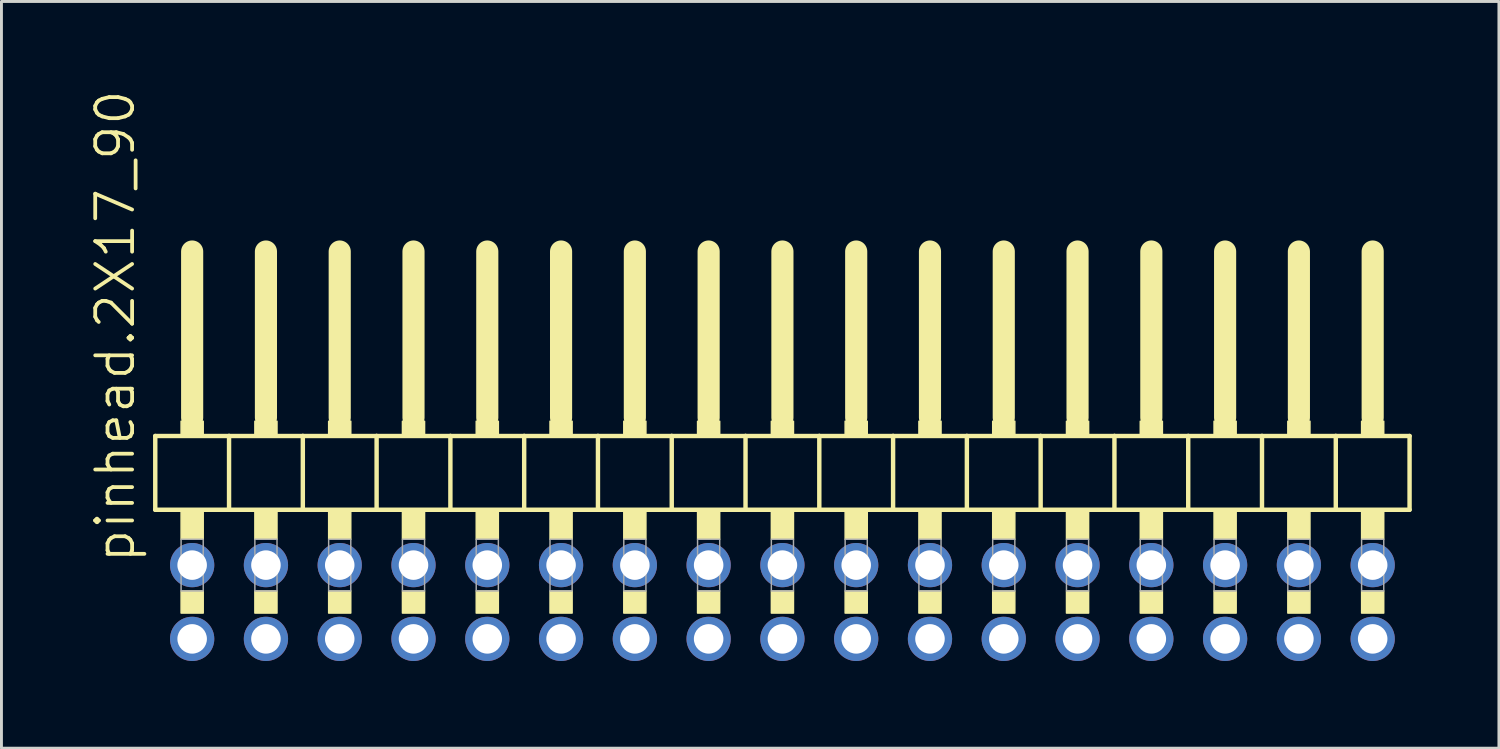
<source format=kicad_pcb>
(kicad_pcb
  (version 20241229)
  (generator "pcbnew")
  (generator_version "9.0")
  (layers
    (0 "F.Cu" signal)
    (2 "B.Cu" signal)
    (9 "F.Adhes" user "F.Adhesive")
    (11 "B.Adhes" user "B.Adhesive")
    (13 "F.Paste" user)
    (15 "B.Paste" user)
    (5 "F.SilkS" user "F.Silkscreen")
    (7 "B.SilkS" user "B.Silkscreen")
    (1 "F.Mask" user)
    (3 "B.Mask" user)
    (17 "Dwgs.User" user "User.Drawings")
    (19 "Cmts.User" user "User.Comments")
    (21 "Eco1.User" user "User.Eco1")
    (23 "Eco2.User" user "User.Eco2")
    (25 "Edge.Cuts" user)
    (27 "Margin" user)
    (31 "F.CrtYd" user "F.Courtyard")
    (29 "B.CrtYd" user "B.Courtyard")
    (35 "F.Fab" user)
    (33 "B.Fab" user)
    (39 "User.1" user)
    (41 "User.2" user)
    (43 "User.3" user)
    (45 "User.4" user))
  (footprint "pinhead.2X17_90"
    (layer "F.Cu")
    (at 23.885 12.594)
    (property "Reference" "pinhead.2X17_90" (at -22.225 3.81 90) (layer "F.SilkS") (effects (font (size 1.27 1.27) (thickness 0.13)) (justify left bottom)))
    (attr through_hole)
    (fp_line (start -21.59 -0.635) (end -21.59 1.905) (stroke (width 0.152) (type default)) (layer "F.SilkS"))
    (fp_line (start -21.59 1.905) (end -19.05 1.905) (stroke (width 0.152) (type default)) (layer "F.SilkS"))
    (fp_line (start -20.32 -6.985) (end -20.32 -1.27) (stroke (width 0.762) (type default)) (layer "F.SilkS"))
    (fp_line (start -19.05 -0.635) (end -21.59 -0.635) (stroke (width 0.152) (type default)) (layer "F.SilkS"))
    (fp_line (start -19.05 1.905) (end -19.05 -0.635) (stroke (width 0.152) (type default)) (layer "F.SilkS"))
    (fp_line (start -19.05 1.905) (end -16.51 1.905) (stroke (width 0.152) (type default)) (layer "F.SilkS"))
    (fp_line (start -17.78 -6.985) (end -17.78 -1.27) (stroke (width 0.762) (type default)) (layer "F.SilkS"))
    (fp_line (start -16.51 -0.635) (end -19.05 -0.635) (stroke (width 0.152) (type default)) (layer "F.SilkS"))
    (fp_line (start -16.51 1.905) (end -16.51 -0.635) (stroke (width 0.152) (type default)) (layer "F.SilkS"))
    (fp_line (start -16.51 1.905) (end -13.97 1.905) (stroke (width 0.152) (type default)) (layer "F.SilkS"))
    (fp_line (start -15.24 -6.985) (end -15.24 -1.27) (stroke (width 0.762) (type default)) (layer "F.SilkS"))
    (fp_line (start -13.97 -0.635) (end -16.51 -0.635) (stroke (width 0.152) (type default)) (layer "F.SilkS"))
    (fp_line (start -13.97 1.905) (end -13.97 -0.635) (stroke (width 0.152) (type default)) (layer "F.SilkS"))
    (fp_line (start -13.97 1.905) (end -11.43 1.905) (stroke (width 0.152) (type default)) (layer "F.SilkS"))
    (fp_line (start -12.7 -6.985) (end -12.7 -1.27) (stroke (width 0.762) (type default)) (layer "F.SilkS"))
    (fp_line (start -11.43 -0.635) (end -13.97 -0.635) (stroke (width 0.152) (type default)) (layer "F.SilkS"))
    (fp_line (start -11.43 1.905) (end -11.43 -0.635) (stroke (width 0.152) (type default)) (layer "F.SilkS"))
    (fp_line (start -11.43 1.905) (end -8.89 1.905) (stroke (width 0.152) (type default)) (layer "F.SilkS"))
    (fp_line (start -10.16 -6.985) (end -10.16 -1.27) (stroke (width 0.762) (type default)) (layer "F.SilkS"))
    (fp_line (start -8.89 -0.635) (end -11.43 -0.635) (stroke (width 0.152) (type default)) (layer "F.SilkS"))
    (fp_line (start -8.89 1.905) (end -8.89 -0.635) (stroke (width 0.152) (type default)) (layer "F.SilkS"))
    (fp_line (start -8.89 1.905) (end -6.35 1.905) (stroke (width 0.152) (type default)) (layer "F.SilkS"))
    (fp_line (start -7.62 -6.985) (end -7.62 -1.27) (stroke (width 0.762) (type default)) (layer "F.SilkS"))
    (fp_line (start -6.35 -0.635) (end -8.89 -0.635) (stroke (width 0.152) (type default)) (layer "F.SilkS"))
    (fp_line (start -6.35 1.905) (end -6.35 -0.635) (stroke (width 0.152) (type default)) (layer "F.SilkS"))
    (fp_line (start -6.35 1.905) (end -3.81 1.905) (stroke (width 0.152) (type default)) (layer "F.SilkS"))
    (fp_line (start -5.08 -6.985) (end -5.08 -1.27) (stroke (width 0.762) (type default)) (layer "F.SilkS"))
    (fp_line (start -3.81 -0.635) (end -6.35 -0.635) (stroke (width 0.152) (type default)) (layer "F.SilkS"))
    (fp_line (start -3.81 1.905) (end -3.81 -0.635) (stroke (width 0.152) (type default)) (layer "F.SilkS"))
    (fp_line (start -3.81 1.905) (end -1.27 1.905) (stroke (width 0.152) (type default)) (layer "F.SilkS"))
    (fp_line (start -2.54 -6.985) (end -2.54 -1.27) (stroke (width 0.762) (type default)) (layer "F.SilkS"))
    (fp_line (start -1.27 -0.635) (end -3.81 -0.635) (stroke (width 0.152) (type default)) (layer "F.SilkS"))
    (fp_line (start -1.27 1.905) (end -1.27 -0.635) (stroke (width 0.152) (type default)) (layer "F.SilkS"))
    (fp_line (start -1.27 1.905) (end 1.27 1.905) (stroke (width 0.152) (type default)) (layer "F.SilkS"))
    (fp_line (start 0 -6.985) (end 0 -1.27) (stroke (width 0.762) (type default)) (layer "F.SilkS"))
    (fp_line (start 1.27 -0.635) (end -1.27 -0.635) (stroke (width 0.152) (type default)) (layer "F.SilkS"))
    (fp_line (start 1.27 1.905) (end 1.27 -0.635) (stroke (width 0.152) (type default)) (layer "F.SilkS"))
    (fp_line (start 1.27 1.905) (end 3.81 1.905) (stroke (width 0.152) (type default)) (layer "F.SilkS"))
    (fp_line (start 2.54 -6.985) (end 2.54 -1.27) (stroke (width 0.762) (type default)) (layer "F.SilkS"))
    (fp_line (start 3.81 -0.635) (end 1.27 -0.635) (stroke (width 0.152) (type default)) (layer "F.SilkS"))
    (fp_line (start 3.81 1.905) (end 3.81 -0.635) (stroke (width 0.152) (type default)) (layer "F.SilkS"))
    (fp_line (start 3.81 1.905) (end 6.35 1.905) (stroke (width 0.152) (type default)) (layer "F.SilkS"))
    (fp_line (start 5.08 -6.985) (end 5.08 -1.27) (stroke (width 0.762) (type default)) (layer "F.SilkS"))
    (fp_line (start 6.35 -0.635) (end 3.81 -0.635) (stroke (width 0.152) (type default)) (layer "F.SilkS"))
    (fp_line (start 6.35 1.905) (end 6.35 -0.635) (stroke (width 0.152) (type default)) (layer "F.SilkS"))
    (fp_line (start 6.35 1.905) (end 8.89 1.905) (stroke (width 0.152) (type default)) (layer "F.SilkS"))
    (fp_line (start 7.62 -6.985) (end 7.62 -1.27) (stroke (width 0.762) (type default)) (layer "F.SilkS"))
    (fp_line (start 8.89 -0.635) (end 6.35 -0.635) (stroke (width 0.152) (type default)) (layer "F.SilkS"))
    (fp_line (start 8.89 1.905) (end 8.89 -0.635) (stroke (width 0.152) (type default)) (layer "F.SilkS"))
    (fp_line (start 8.89 1.905) (end 11.43 1.905) (stroke (width 0.152) (type default)) (layer "F.SilkS"))
    (fp_line (start 10.16 -6.985) (end 10.16 -1.27) (stroke (width 0.762) (type default)) (layer "F.SilkS"))
    (fp_line (start 11.43 -0.635) (end 8.89 -0.635) (stroke (width 0.152) (type default)) (layer "F.SilkS"))
    (fp_line (start 11.43 1.905) (end 11.43 -0.635) (stroke (width 0.152) (type default)) (layer "F.SilkS"))
    (fp_line (start 11.43 1.905) (end 13.97 1.905) (stroke (width 0.152) (type default)) (layer "F.SilkS"))
    (fp_line (start 12.7 -6.985) (end 12.7 -1.27) (stroke (width 0.762) (type default)) (layer "F.SilkS"))
    (fp_line (start 13.97 -0.635) (end 11.43 -0.635) (stroke (width 0.152) (type default)) (layer "F.SilkS"))
    (fp_line (start 13.97 1.905) (end 13.97 -0.635) (stroke (width 0.152) (type default)) (layer "F.SilkS"))
    (fp_line (start 13.97 1.905) (end 16.51 1.905) (stroke (width 0.152) (type default)) (layer "F.SilkS"))
    (fp_line (start 15.24 -6.985) (end 15.24 -1.27) (stroke (width 0.762) (type default)) (layer "F.SilkS"))
    (fp_line (start 16.51 -0.635) (end 13.97 -0.635) (stroke (width 0.152) (type default)) (layer "F.SilkS"))
    (fp_line (start 16.51 1.905) (end 16.51 -0.635) (stroke (width 0.152) (type default)) (layer "F.SilkS"))
    (fp_line (start 16.51 1.905) (end 19.05 1.905) (stroke (width 0.152) (type default)) (layer "F.SilkS"))
    (fp_line (start 17.78 -6.985) (end 17.78 -1.27) (stroke (width 0.762) (type default)) (layer "F.SilkS"))
    (fp_line (start 19.05 -0.635) (end 16.51 -0.635) (stroke (width 0.152) (type default)) (layer "F.SilkS"))
    (fp_line (start 19.05 1.905) (end 19.05 -0.635) (stroke (width 0.152) (type default)) (layer "F.SilkS"))
    (fp_line (start 19.05 1.905) (end 21.59 1.905) (stroke (width 0.152) (type default)) (layer "F.SilkS"))
    (fp_line (start 20.32 -6.985) (end 20.32 -1.27) (stroke (width 0.762) (type default)) (layer "F.SilkS"))
    (fp_line (start 21.59 -0.635) (end 19.05 -0.635) (stroke (width 0.152) (type default)) (layer "F.SilkS"))
    (fp_line (start 21.59 1.905) (end 21.59 -0.635) (stroke (width 0.152) (type default)) (layer "F.SilkS"))
    (fp_rect (start -20.701 -0.635) (end -19.939 -1.143) (stroke (width 0.05) (type default)) (fill yes) (layer "F.SilkS"))
    (fp_rect (start -20.701 2.921) (end -19.939 1.905) (stroke (width 0.05) (type default)) (fill yes) (layer "F.SilkS"))
    (fp_rect (start -20.701 5.461) (end -19.939 4.699) (stroke (width 0.05) (type default)) (fill yes) (layer "F.SilkS"))
    (fp_rect (start -18.161 -0.635) (end -17.399 -1.143) (stroke (width 0.05) (type default)) (fill yes) (layer "F.SilkS"))
    (fp_rect (start -18.161 2.921) (end -17.399 1.905) (stroke (width 0.05) (type default)) (fill yes) (layer "F.SilkS"))
    (fp_rect (start -18.161 5.461) (end -17.399 4.699) (stroke (width 0.05) (type default)) (fill yes) (layer "F.SilkS"))
    (fp_rect (start -15.621 -0.635) (end -14.859 -1.143) (stroke (width 0.05) (type default)) (fill yes) (layer "F.SilkS"))
    (fp_rect (start -15.621 2.921) (end -14.859 1.905) (stroke (width 0.05) (type default)) (fill yes) (layer "F.SilkS"))
    (fp_rect (start -15.621 5.461) (end -14.859 4.699) (stroke (width 0.05) (type default)) (fill yes) (layer "F.SilkS"))
    (fp_rect (start -13.081 -0.635) (end -12.319 -1.143) (stroke (width 0.05) (type default)) (fill yes) (layer "F.SilkS"))
    (fp_rect (start -13.081 2.921) (end -12.319 1.905) (stroke (width 0.05) (type default)) (fill yes) (layer "F.SilkS"))
    (fp_rect (start -13.081 5.461) (end -12.319 4.699) (stroke (width 0.05) (type default)) (fill yes) (layer "F.SilkS"))
    (fp_rect (start -10.541 -0.635) (end -9.779 -1.143) (stroke (width 0.05) (type default)) (fill yes) (layer "F.SilkS"))
    (fp_rect (start -10.541 2.921) (end -9.779 1.905) (stroke (width 0.05) (type default)) (fill yes) (layer "F.SilkS"))
    (fp_rect (start -10.541 5.461) (end -9.779 4.699) (stroke (width 0.05) (type default)) (fill yes) (layer "F.SilkS"))
    (fp_rect (start -8.001 -0.635) (end -7.239 -1.143) (stroke (width 0.05) (type default)) (fill yes) (layer "F.SilkS"))
    (fp_rect (start -8.001 2.921) (end -7.239 1.905) (stroke (width 0.05) (type default)) (fill yes) (layer "F.SilkS"))
    (fp_rect (start -8.001 5.461) (end -7.239 4.699) (stroke (width 0.05) (type default)) (fill yes) (layer "F.SilkS"))
    (fp_rect (start -5.461 -0.635) (end -4.699 -1.143) (stroke (width 0.05) (type default)) (fill yes) (layer "F.SilkS"))
    (fp_rect (start -5.461 2.921) (end -4.699 1.905) (stroke (width 0.05) (type default)) (fill yes) (layer "F.SilkS"))
    (fp_rect (start -5.461 5.461) (end -4.699 4.699) (stroke (width 0.05) (type default)) (fill yes) (layer "F.SilkS"))
    (fp_rect (start -2.921 -0.635) (end -2.159 -1.143) (stroke (width 0.05) (type default)) (fill yes) (layer "F.SilkS"))
    (fp_rect (start -2.921 2.921) (end -2.159 1.905) (stroke (width 0.05) (type default)) (fill yes) (layer "F.SilkS"))
    (fp_rect (start -2.921 5.461) (end -2.159 4.699) (stroke (width 0.05) (type default)) (fill yes) (layer "F.SilkS"))
    (fp_rect (start -0.381 -0.635) (end 0.381 -1.143) (stroke (width 0.05) (type default)) (fill yes) (layer "F.SilkS"))
    (fp_rect (start -0.381 2.921) (end 0.381 1.905) (stroke (width 0.05) (type default)) (fill yes) (layer "F.SilkS"))
    (fp_rect (start -0.381 5.461) (end 0.381 4.699) (stroke (width 0.05) (type default)) (fill yes) (layer "F.SilkS"))
    (fp_rect (start 2.159 -0.635) (end 2.921 -1.143) (stroke (width 0.05) (type default)) (fill yes) (layer "F.SilkS"))
    (fp_rect (start 2.159 2.921) (end 2.921 1.905) (stroke (width 0.05) (type default)) (fill yes) (layer "F.SilkS"))
    (fp_rect (start 2.159 5.461) (end 2.921 4.699) (stroke (width 0.05) (type default)) (fill yes) (layer "F.SilkS"))
    (fp_rect (start 4.699 -0.635) (end 5.461 -1.143) (stroke (width 0.05) (type default)) (fill yes) (layer "F.SilkS"))
    (fp_rect (start 4.699 2.921) (end 5.461 1.905) (stroke (width 0.05) (type default)) (fill yes) (layer "F.SilkS"))
    (fp_rect (start 4.699 5.461) (end 5.461 4.699) (stroke (width 0.05) (type default)) (fill yes) (layer "F.SilkS"))
    (fp_rect (start 7.239 -0.635) (end 8.001 -1.143) (stroke (width 0.05) (type default)) (fill yes) (layer "F.SilkS"))
    (fp_rect (start 7.239 2.921) (end 8.001 1.905) (stroke (width 0.05) (type default)) (fill yes) (layer "F.SilkS"))
    (fp_rect (start 7.239 5.461) (end 8.001 4.699) (stroke (width 0.05) (type default)) (fill yes) (layer "F.SilkS"))
    (fp_rect (start 9.779 -0.635) (end 10.541 -1.143) (stroke (width 0.05) (type default)) (fill yes) (layer "F.SilkS"))
    (fp_rect (start 9.779 2.921) (end 10.541 1.905) (stroke (width 0.05) (type default)) (fill yes) (layer "F.SilkS"))
    (fp_rect (start 9.779 5.461) (end 10.541 4.699) (stroke (width 0.05) (type default)) (fill yes) (layer "F.SilkS"))
    (fp_rect (start 12.319 -0.635) (end 13.081 -1.143) (stroke (width 0.05) (type default)) (fill yes) (layer "F.SilkS"))
    (fp_rect (start 12.319 2.921) (end 13.081 1.905) (stroke (width 0.05) (type default)) (fill yes) (layer "F.SilkS"))
    (fp_rect (start 12.319 5.461) (end 13.081 4.699) (stroke (width 0.05) (type default)) (fill yes) (layer "F.SilkS"))
    (fp_rect (start 14.859 -0.635) (end 15.621 -1.143) (stroke (width 0.05) (type default)) (fill yes) (layer "F.SilkS"))
    (fp_rect (start 14.859 2.921) (end 15.621 1.905) (stroke (width 0.05) (type default)) (fill yes) (layer "F.SilkS"))
    (fp_rect (start 14.859 5.461) (end 15.621 4.699) (stroke (width 0.05) (type default)) (fill yes) (layer "F.SilkS"))
    (fp_rect (start 17.399 -0.635) (end 18.161 -1.143) (stroke (width 0.05) (type default)) (fill yes) (layer "F.SilkS"))
    (fp_rect (start 17.399 2.921) (end 18.161 1.905) (stroke (width 0.05) (type default)) (fill yes) (layer "F.SilkS"))
    (fp_rect (start 17.399 5.461) (end 18.161 4.699) (stroke (width 0.05) (type default)) (fill yes) (layer "F.SilkS"))
    (fp_rect (start 19.939 -0.635) (end 20.701 -1.143) (stroke (width 0.05) (type default)) (fill yes) (layer "F.SilkS"))
    (fp_rect (start 19.939 2.921) (end 20.701 1.905) (stroke (width 0.05) (type default)) (fill yes) (layer "F.SilkS"))
    (fp_rect (start 19.939 5.461) (end 20.701 4.699) (stroke (width 0.05) (type default)) (fill yes) (layer "F.SilkS"))
    (fp_rect (start -20.701 4.699) (end -19.939 2.921) (stroke (width 0.05) (type default)) (fill no) (layer "F.Fab"))
    (fp_rect (start -18.161 4.699) (end -17.399 2.921) (stroke (width 0.05) (type default)) (fill no) (layer "F.Fab"))
    (fp_rect (start -15.621 4.699) (end -14.859 2.921) (stroke (width 0.05) (type default)) (fill no) (layer "F.Fab"))
    (fp_rect (start -13.081 4.699) (end -12.319 2.921) (stroke (width 0.05) (type default)) (fill no) (layer "F.Fab"))
    (fp_rect (start -10.541 4.699) (end -9.779 2.921) (stroke (width 0.05) (type default)) (fill no) (layer "F.Fab"))
    (fp_rect (start -8.001 4.699) (end -7.239 2.921) (stroke (width 0.05) (type default)) (fill no) (layer "F.Fab"))
    (fp_rect (start -5.461 4.699) (end -4.699 2.921) (stroke (width 0.05) (type default)) (fill no) (layer "F.Fab"))
    (fp_rect (start -2.921 4.699) (end -2.159 2.921) (stroke (width 0.05) (type default)) (fill no) (layer "F.Fab"))
    (fp_rect (start -0.381 4.699) (end 0.381 2.921) (stroke (width 0.05) (type default)) (fill no) (layer "F.Fab"))
    (fp_rect (start 2.159 4.699) (end 2.921 2.921) (stroke (width 0.05) (type default)) (fill no) (layer "F.Fab"))
    (fp_rect (start 4.699 4.699) (end 5.461 2.921) (stroke (width 0.05) (type default)) (fill no) (layer "F.Fab"))
    (fp_rect (start 7.239 4.699) (end 8.001 2.921) (stroke (width 0.05) (type default)) (fill no) (layer "F.Fab"))
    (fp_rect (start 9.779 4.699) (end 10.541 2.921) (stroke (width 0.05) (type default)) (fill no) (layer "F.Fab"))
    (fp_rect (start 12.319 4.699) (end 13.081 2.921) (stroke (width 0.05) (type default)) (fill no) (layer "F.Fab"))
    (fp_rect (start 14.859 4.699) (end 15.621 2.921) (stroke (width 0.05) (type default)) (fill no) (layer "F.Fab"))
    (fp_rect (start 17.399 4.699) (end 18.161 2.921) (stroke (width 0.05) (type default)) (fill no) (layer "F.Fab"))
    (fp_rect (start 19.939 4.699) (end 20.701 2.921) (stroke (width 0.05) (type default)) (fill no) (layer "F.Fab"))
    (pad "1" thru_hole circle (at -20.32 6.35) (size 1.524 1.524) (drill 1.016) (layers "*.Cu" "*.Mask"))
    (pad "2" thru_hole circle (at -20.32 3.81) (size 1.524 1.524) (drill 1.016) (layers "*.Cu" "*.Mask"))
    (pad "3" thru_hole circle (at -17.78 6.35) (size 1.524 1.524) (drill 1.016) (layers "*.Cu" "*.Mask"))
    (pad "4" thru_hole circle (at -17.78 3.81) (size 1.524 1.524) (drill 1.016) (layers "*.Cu" "*.Mask"))
    (pad "5" thru_hole circle (at -15.24 6.35) (size 1.524 1.524) (drill 1.016) (layers "*.Cu" "*.Mask"))
    (pad "6" thru_hole circle (at -15.24 3.81) (size 1.524 1.524) (drill 1.016) (layers "*.Cu" "*.Mask"))
    (pad "7" thru_hole circle (at -12.7 6.35) (size 1.524 1.524) (drill 1.016) (layers "*.Cu" "*.Mask"))
    (pad "8" thru_hole circle (at -12.7 3.81) (size 1.524 1.524) (drill 1.016) (layers "*.Cu" "*.Mask"))
    (pad "9" thru_hole circle (at -10.16 6.35) (size 1.524 1.524) (drill 1.016) (layers "*.Cu" "*.Mask"))
    (pad "10" thru_hole circle (at -10.16 3.81) (size 1.524 1.524) (drill 1.016) (layers "*.Cu" "*.Mask"))
    (pad "11" thru_hole circle (at -7.62 6.35) (size 1.524 1.524) (drill 1.016) (layers "*.Cu" "*.Mask"))
    (pad "12" thru_hole circle (at -7.62 3.81) (size 1.524 1.524) (drill 1.016) (layers "*.Cu" "*.Mask"))
    (pad "13" thru_hole circle (at -5.08 6.35) (size 1.524 1.524) (drill 1.016) (layers "*.Cu" "*.Mask"))
    (pad "14" thru_hole circle (at -5.08 3.81) (size 1.524 1.524) (drill 1.016) (layers "*.Cu" "*.Mask"))
    (pad "15" thru_hole circle (at -2.54 6.35) (size 1.524 1.524) (drill 1.016) (layers "*.Cu" "*.Mask"))
    (pad "16" thru_hole circle (at -2.54 3.81) (size 1.524 1.524) (drill 1.016) (layers "*.Cu" "*.Mask"))
    (pad "17" thru_hole circle (at 0 6.35) (size 1.524 1.524) (drill 1.016) (layers "*.Cu" "*.Mask"))
    (pad "18" thru_hole circle (at 0 3.81) (size 1.524 1.524) (drill 1.016) (layers "*.Cu" "*.Mask"))
    (pad "19" thru_hole circle (at 2.54 6.35) (size 1.524 1.524) (drill 1.016) (layers "*.Cu" "*.Mask"))
    (pad "20" thru_hole circle (at 2.54 3.81) (size 1.524 1.524) (drill 1.016) (layers "*.Cu" "*.Mask"))
    (pad "21" thru_hole circle (at 5.08 6.35) (size 1.524 1.524) (drill 1.016) (layers "*.Cu" "*.Mask"))
    (pad "22" thru_hole circle (at 5.08 3.81) (size 1.524 1.524) (drill 1.016) (layers "*.Cu" "*.Mask"))
    (pad "23" thru_hole circle (at 7.62 6.35) (size 1.524 1.524) (drill 1.016) (layers "*.Cu" "*.Mask"))
    (pad "24" thru_hole circle (at 7.62 3.81) (size 1.524 1.524) (drill 1.016) (layers "*.Cu" "*.Mask"))
    (pad "25" thru_hole circle (at 10.16 6.35) (size 1.524 1.524) (drill 1.016) (layers "*.Cu" "*.Mask"))
    (pad "26" thru_hole circle (at 10.16 3.81) (size 1.524 1.524) (drill 1.016) (layers "*.Cu" "*.Mask"))
    (pad "27" thru_hole circle (at 12.7 6.35) (size 1.524 1.524) (drill 1.016) (layers "*.Cu" "*.Mask"))
    (pad "28" thru_hole circle (at 12.7 3.81) (size 1.524 1.524) (drill 1.016) (layers "*.Cu" "*.Mask"))
    (pad "29" thru_hole circle (at 15.24 6.35) (size 1.524 1.524) (drill 1.016) (layers "*.Cu" "*.Mask"))
    (pad "30" thru_hole circle (at 15.24 3.81) (size 1.524 1.524) (drill 1.016) (layers "*.Cu" "*.Mask"))
    (pad "31" thru_hole circle (at 17.78 6.35) (size 1.524 1.524) (drill 1.016) (layers "*.Cu" "*.Mask"))
    (pad "32" thru_hole circle (at 17.78 3.81) (size 1.524 1.524) (drill 1.016) (layers "*.Cu" "*.Mask"))
    (pad "33" thru_hole circle (at 20.32 6.35) (size 1.524 1.524) (drill 1.016) (layers "*.Cu" "*.Mask"))
    (pad "34" thru_hole circle (at 20.32 3.81) (size 1.524 1.524) (drill 1.016) (layers "*.Cu" "*.Mask")))
  (gr_rect
    (start -3 -3)
    (end 48.551 22.706)
    (stroke (width 0.1) (type default))
    (fill no)
    (layer "Edge.Cuts")))
</source>
